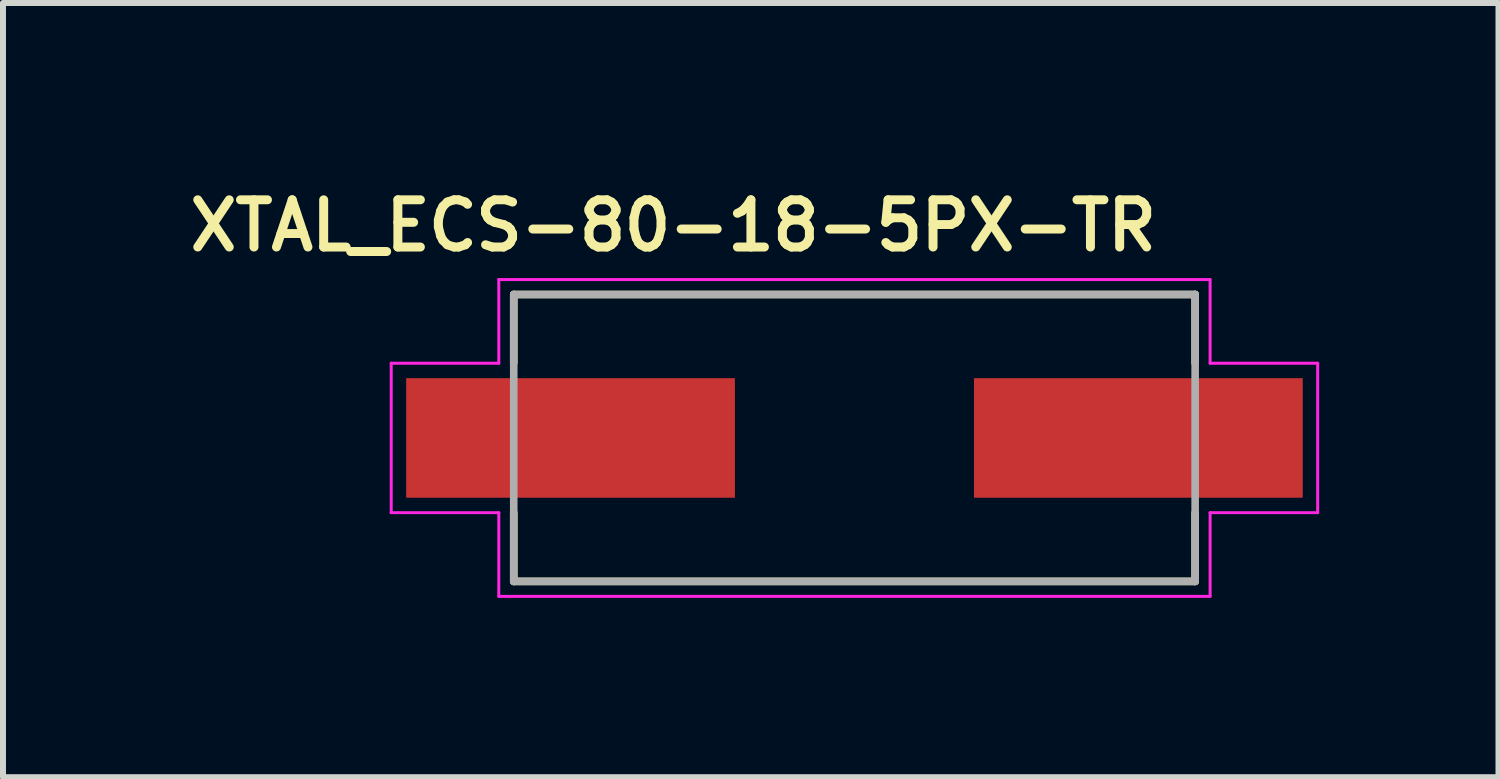
<source format=kicad_pcb>
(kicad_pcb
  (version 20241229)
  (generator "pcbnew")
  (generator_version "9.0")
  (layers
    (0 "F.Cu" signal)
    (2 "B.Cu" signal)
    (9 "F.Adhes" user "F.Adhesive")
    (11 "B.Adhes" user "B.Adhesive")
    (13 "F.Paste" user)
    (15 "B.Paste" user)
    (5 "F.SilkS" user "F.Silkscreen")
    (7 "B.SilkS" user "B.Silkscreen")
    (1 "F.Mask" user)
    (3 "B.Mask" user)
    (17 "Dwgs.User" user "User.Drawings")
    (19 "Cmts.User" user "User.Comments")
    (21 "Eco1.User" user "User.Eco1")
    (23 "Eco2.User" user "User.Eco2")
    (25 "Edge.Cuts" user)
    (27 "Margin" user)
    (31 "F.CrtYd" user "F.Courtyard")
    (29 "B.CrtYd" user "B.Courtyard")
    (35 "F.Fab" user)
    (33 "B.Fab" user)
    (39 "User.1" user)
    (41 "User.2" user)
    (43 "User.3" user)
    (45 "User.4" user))
  (footprint "XTAL_ECS-80-18-5PX-TR"
    (layer "F.Cu")
    (at 11.245 4.277)
    (property "Reference" "XTAL_ECS-80-18-5PX-TR" (at -3.03 -3.552 0) (layer "F.SilkS") (effects (font (size 0.79 0.79) (thickness 0.15))))
    (attr smd)
    (fp_line (start -5.7 -2.4) (end 5.7 -2.4) (stroke (width 0.127) (type solid)) (layer "F.SilkS"))
    (fp_line (start -5.7 -1.254) (end -5.7 -2.4) (stroke (width 0.127) (type solid)) (layer "F.SilkS"))
    (fp_line (start -5.7 2.4) (end -5.7 1.254) (stroke (width 0.127) (type solid)) (layer "F.SilkS"))
    (fp_line (start 5.7 -2.4) (end 5.7 -1.254) (stroke (width 0.127) (type solid)) (layer "F.SilkS"))
    (fp_line (start 5.7 1.254) (end 5.7 2.4) (stroke (width 0.127) (type solid)) (layer "F.SilkS"))
    (fp_line (start 5.7 2.4) (end -5.7 2.4) (stroke (width 0.127) (type solid)) (layer "F.SilkS"))
    (fp_line (start -7.75 -1.25) (end -5.95 -1.25) (stroke (width 0.05) (type solid)) (layer "F.CrtYd"))
    (fp_line (start -7.75 1.25) (end -7.75 -1.25) (stroke (width 0.05) (type solid)) (layer "F.CrtYd"))
    (fp_line (start -5.95 -2.65) (end 5.95 -2.65) (stroke (width 0.05) (type solid)) (layer "F.CrtYd"))
    (fp_line (start -5.95 -1.25) (end -5.95 -2.65) (stroke (width 0.05) (type solid)) (layer "F.CrtYd"))
    (fp_line (start -5.95 1.25) (end -7.75 1.25) (stroke (width 0.05) (type solid)) (layer "F.CrtYd"))
    (fp_line (start -5.95 2.65) (end -5.95 1.25) (stroke (width 0.05) (type solid)) (layer "F.CrtYd"))
    (fp_line (start 5.95 -2.65) (end 5.95 -1.25) (stroke (width 0.05) (type solid)) (layer "F.CrtYd"))
    (fp_line (start 5.95 -1.25) (end 7.75 -1.25) (stroke (width 0.05) (type solid)) (layer "F.CrtYd"))
    (fp_line (start 5.95 1.25) (end 5.95 2.65) (stroke (width 0.05) (type solid)) (layer "F.CrtYd"))
    (fp_line (start 5.95 2.65) (end -5.95 2.65) (stroke (width 0.05) (type solid)) (layer "F.CrtYd"))
    (fp_line (start 7.75 -1.25) (end 7.75 1.25) (stroke (width 0.05) (type solid)) (layer "F.CrtYd"))
    (fp_line (start 7.75 1.25) (end 5.95 1.25) (stroke (width 0.05) (type solid)) (layer "F.CrtYd"))
    (fp_line (start -5.7 -2.4) (end -5.7 2.4) (stroke (width 0.127) (type solid)) (layer "F.Fab"))
    (fp_line (start -5.7 2.4) (end 5.7 2.4) (stroke (width 0.127) (type solid)) (layer "F.Fab"))
    (fp_line (start 5.7 -2.4) (end -5.7 -2.4) (stroke (width 0.127) (type solid)) (layer "F.Fab"))
    (fp_line (start 5.7 2.4) (end 5.7 -2.4) (stroke (width 0.127) (type solid)) (layer "F.Fab"))
    (pad "1" smd rect (at -4.75 0) (size 5.5 2) (layers "F.Cu" "F.Mask" "F.Paste"))
    (pad "2" smd rect (at 4.75 0) (size 5.5 2) (layers "F.Cu" "F.Mask" "F.Paste")))
  (gr_rect
    (start -3 -3)
    (end 22.02 9.952)
    (stroke (width 0.1) (type default))
    (fill no)
    (layer "Edge.Cuts")))
</source>
